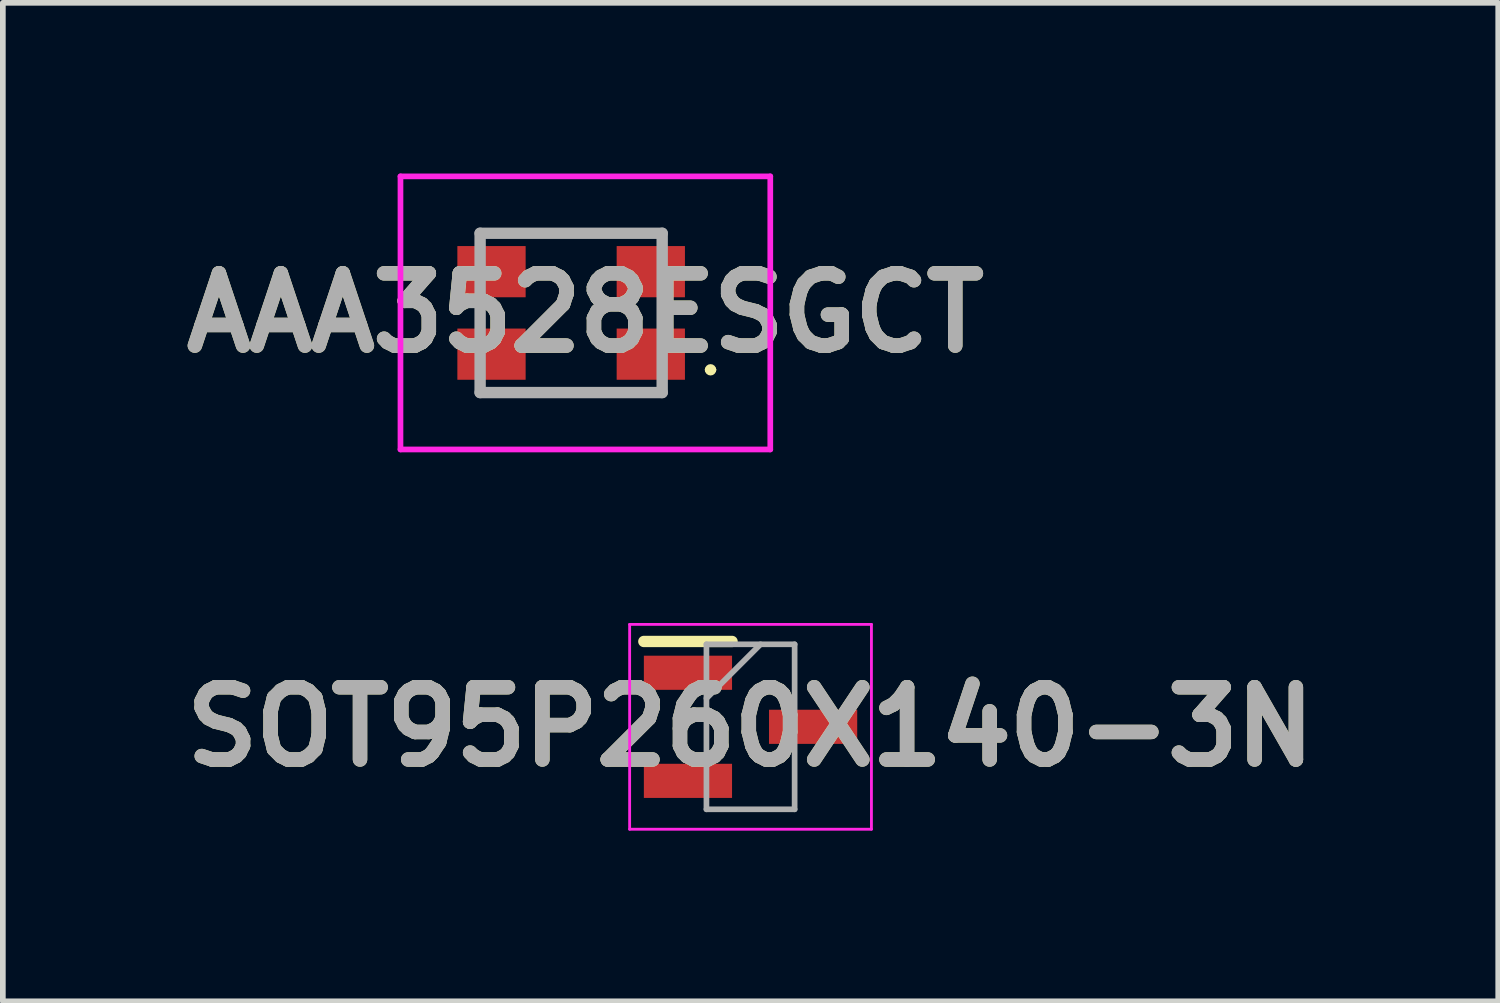
<source format=kicad_pcb>
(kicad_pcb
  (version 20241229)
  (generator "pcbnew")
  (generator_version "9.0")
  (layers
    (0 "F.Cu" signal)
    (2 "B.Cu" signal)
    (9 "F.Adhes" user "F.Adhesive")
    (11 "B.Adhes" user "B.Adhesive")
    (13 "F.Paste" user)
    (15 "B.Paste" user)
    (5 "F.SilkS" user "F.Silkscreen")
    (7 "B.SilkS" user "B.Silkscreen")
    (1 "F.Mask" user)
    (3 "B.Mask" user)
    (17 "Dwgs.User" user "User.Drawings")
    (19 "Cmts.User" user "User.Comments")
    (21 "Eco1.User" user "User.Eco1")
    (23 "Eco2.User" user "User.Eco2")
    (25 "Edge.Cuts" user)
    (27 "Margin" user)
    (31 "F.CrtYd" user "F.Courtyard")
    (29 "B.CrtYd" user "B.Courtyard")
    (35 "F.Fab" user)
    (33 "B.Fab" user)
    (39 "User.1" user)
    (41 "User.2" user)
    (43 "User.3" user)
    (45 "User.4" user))
  (footprint "AAA3528ESGCT"
    (layer "F.Cu")
    (at 6.989 2.45)
    (property "Reference" "AAA3528ESGCT" (at 0.25 0 0) (layer "F.SilkS") (effects (font (size 1.27 1.27) (thickness 0.254))))
    (attr smd)
    (fp_line (start 2.4 1) (end 2.4 1) (stroke (width 0.1) (type solid)) (layer "F.SilkS"))
    (fp_line (start 2.5 1) (end 2.5 1) (stroke (width 0.1) (type solid)) (layer "F.SilkS"))
    (fp_arc (start 2.4 1) (mid 2.45 0.95) (end 2.5 1) (stroke (width 0.1) (type solid)) (layer "F.SilkS"))
    (fp_arc (start 2.5 1) (mid 2.45 1.05) (end 2.4 1) (stroke (width 0.1) (type solid)) (layer "F.SilkS"))
    (fp_line (start -3 -2.4) (end 3.5 -2.4) (stroke (width 0.1) (type solid)) (layer "F.CrtYd"))
    (fp_line (start -3 2.4) (end -3 -2.4) (stroke (width 0.1) (type solid)) (layer "F.CrtYd"))
    (fp_line (start 3.5 -2.4) (end 3.5 2.4) (stroke (width 0.1) (type solid)) (layer "F.CrtYd"))
    (fp_line (start 3.5 2.4) (end -3 2.4) (stroke (width 0.1) (type solid)) (layer "F.CrtYd"))
    (fp_line (start -1.6 -1.4) (end 1.6 -1.4) (stroke (width 0.2) (type solid)) (layer "F.Fab"))
    (fp_line (start -1.6 1.4) (end -1.6 -1.4) (stroke (width 0.2) (type solid)) (layer "F.Fab"))
    (fp_line (start 1.6 -1.4) (end 1.6 1.4) (stroke (width 0.2) (type solid)) (layer "F.Fab"))
    (fp_line (start 1.6 1.4) (end -1.6 1.4) (stroke (width 0.2) (type solid)) (layer "F.Fab"))
    (fp_text user "${REFERENCE}" (at 0.25 0 0) (layer "F.Fab") (effects (font (size 1.27 1.27) (thickness 0.254))))
    (pad "1" smd rect (at 1.4 0.725 90) (size 0.9 1.2) (layers "F.Cu" "F.Mask" "F.Paste"))
    (pad "2" smd rect (at -1.4 0.725 90) (size 0.9 1.2) (layers "F.Cu" "F.Mask" "F.Paste"))
    (pad "3" smd rect (at -1.4 -0.725 90) (size 0.9 1.2) (layers "F.Cu" "F.Mask" "F.Paste"))
    (pad "4" smd rect (at 1.4 -0.725 90) (size 0.9 1.2) (layers "F.Cu" "F.Mask" "F.Paste")))
  (footprint "SOT95P260X140-3N"
    (layer "F.Cu")
    (at 10.142 9.725)
    (property "Reference" "SOT95P260X140-3N" (at 0 0 0) (layer "F.SilkS") (effects (font (size 1.27 1.27) (thickness 0.254))))
    (attr smd)
    (fp_line (start -1.875 -1.5) (end -0.325 -1.5) (stroke (width 0.2) (type solid)) (layer "F.SilkS"))
    (fp_line (start -2.125 -1.8) (end 2.125 -1.8) (stroke (width 0.05) (type solid)) (layer "F.CrtYd"))
    (fp_line (start -2.125 1.8) (end -2.125 -1.8) (stroke (width 0.05) (type solid)) (layer "F.CrtYd"))
    (fp_line (start 2.125 -1.8) (end 2.125 1.8) (stroke (width 0.05) (type solid)) (layer "F.CrtYd"))
    (fp_line (start 2.125 1.8) (end -2.125 1.8) (stroke (width 0.05) (type solid)) (layer "F.CrtYd"))
    (fp_line (start -0.775 -1.45) (end 0.775 -1.45) (stroke (width 0.1) (type solid)) (layer "F.Fab"))
    (fp_line (start -0.775 -0.5) (end 0.175 -1.45) (stroke (width 0.1) (type solid)) (layer "F.Fab"))
    (fp_line (start -0.775 1.45) (end -0.775 -1.45) (stroke (width 0.1) (type solid)) (layer "F.Fab"))
    (fp_line (start 0.775 -1.45) (end 0.775 1.45) (stroke (width 0.1) (type solid)) (layer "F.Fab"))
    (fp_line (start 0.775 1.45) (end -0.775 1.45) (stroke (width 0.1) (type solid)) (layer "F.Fab"))
    (fp_text user "${REFERENCE}" (at 0 0 0) (layer "F.Fab") (effects (font (size 1.27 1.27) (thickness 0.254))))
    (pad "1" smd rect (at -1.1 -0.95 90) (size 0.6 1.55) (layers "F.Cu" "F.Mask" "F.Paste"))
    (pad "2" smd rect (at -1.1 0.95 90) (size 0.6 1.55) (layers "F.Cu" "F.Mask" "F.Paste"))
    (pad "3" smd rect (at 1.1 0 90) (size 0.6 1.55) (layers "F.Cu" "F.Mask" "F.Paste")))
  (gr_rect
    (start -3 -3)
    (end 23.284 14.55)
    (stroke (width 0.1) (type default))
    (fill no)
    (layer "Edge.Cuts")))
</source>
